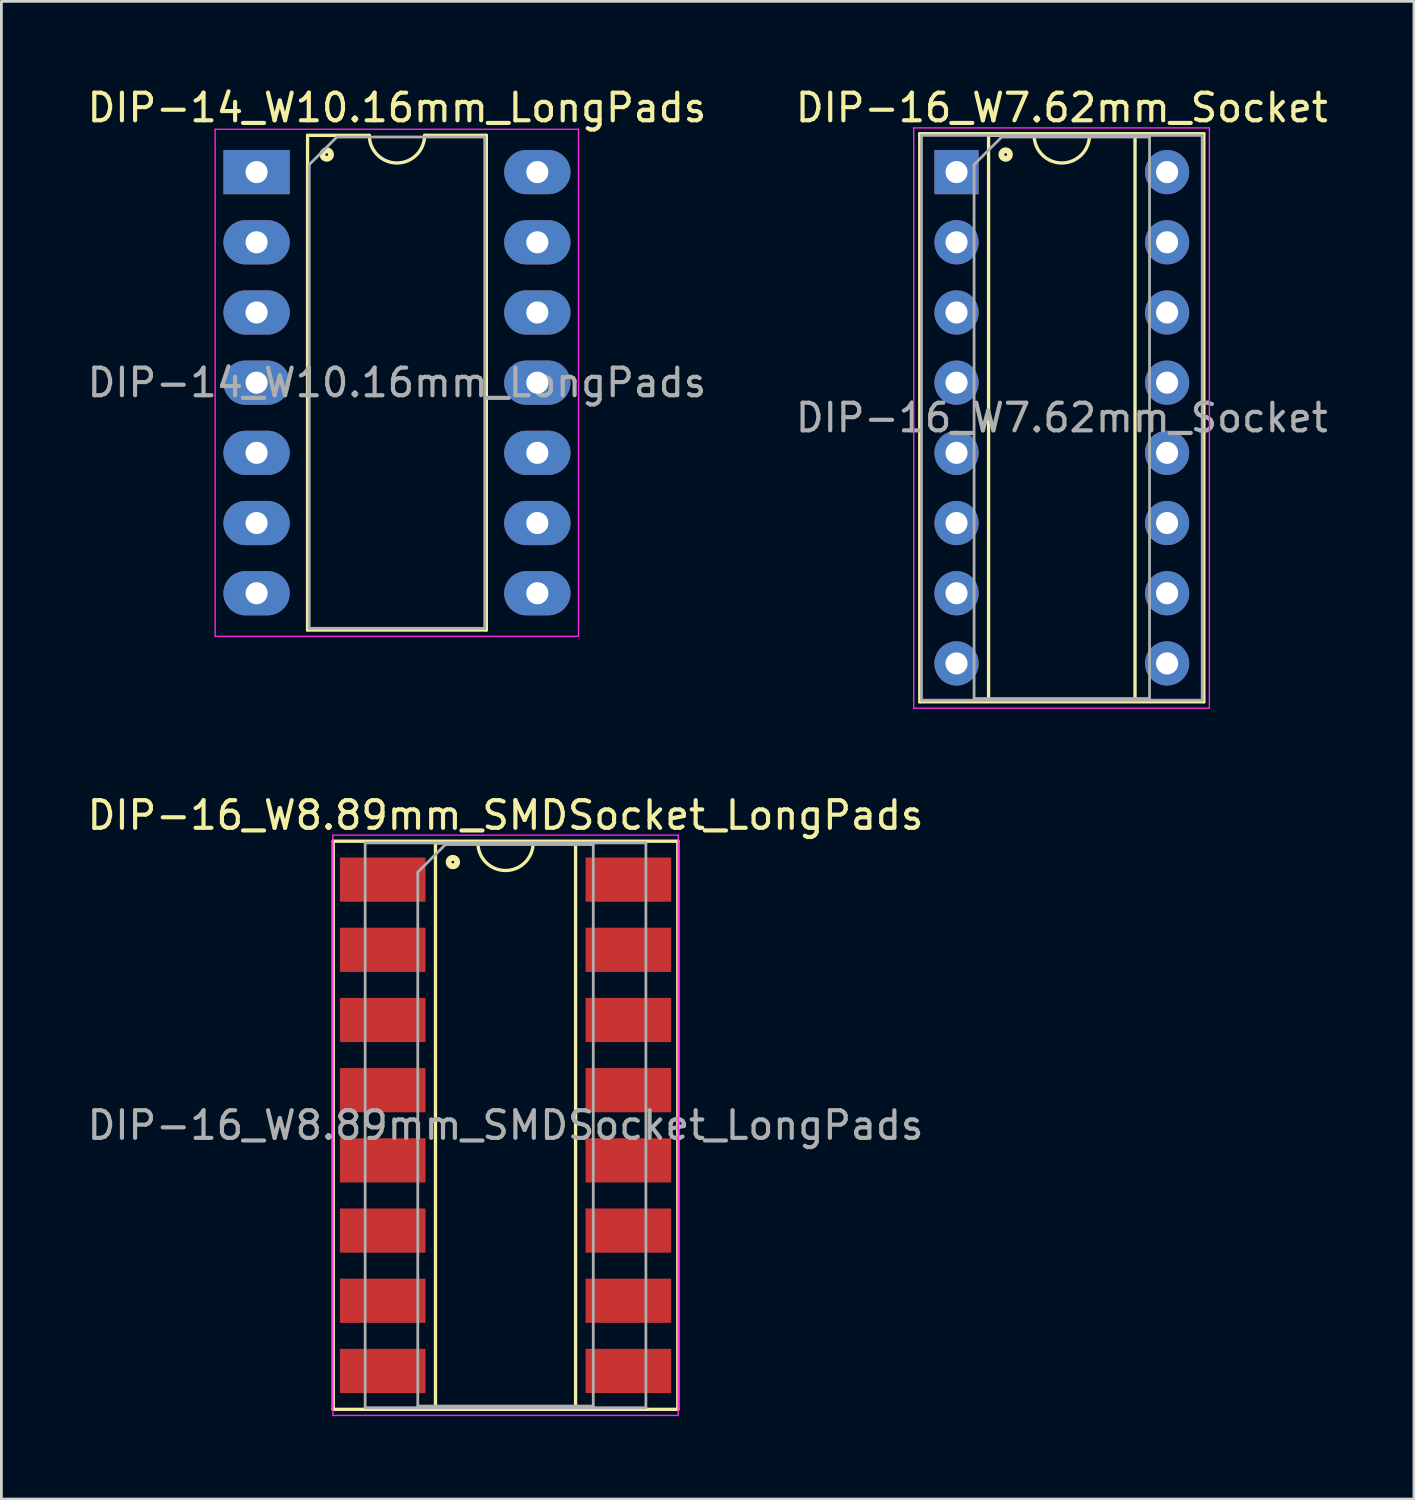
<source format=kicad_pcb>
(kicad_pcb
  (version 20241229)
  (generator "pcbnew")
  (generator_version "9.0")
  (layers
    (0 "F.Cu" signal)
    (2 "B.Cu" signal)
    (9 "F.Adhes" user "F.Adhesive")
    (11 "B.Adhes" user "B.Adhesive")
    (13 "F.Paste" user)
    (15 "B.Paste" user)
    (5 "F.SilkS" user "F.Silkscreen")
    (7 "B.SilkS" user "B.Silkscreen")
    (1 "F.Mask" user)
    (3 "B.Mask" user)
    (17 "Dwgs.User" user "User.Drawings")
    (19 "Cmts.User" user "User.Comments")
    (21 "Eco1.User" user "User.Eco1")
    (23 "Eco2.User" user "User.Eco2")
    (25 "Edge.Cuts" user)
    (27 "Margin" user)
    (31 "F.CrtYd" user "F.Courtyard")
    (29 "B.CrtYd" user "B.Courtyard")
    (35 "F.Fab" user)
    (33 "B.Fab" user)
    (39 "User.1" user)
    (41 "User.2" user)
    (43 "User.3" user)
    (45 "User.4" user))
  (footprint "DIP-16_W8.89mm_SMDSocket_LongPads"
    (layer "F.Cu")
    (at 15.244 37.672)
    (property "Reference" "DIP-16_W8.89mm_SMDSocket_LongPads" (at 0 -11.22 0) (layer "F.SilkS") (effects (font (size 1 1) (thickness 0.15))))
    (attr smd)
    (fp_line (start -6.235 -10.28) (end -6.235 10.28) (stroke (width 0.12) (type solid)) (layer "F.SilkS"))
    (fp_line (start -6.235 10.28) (end 6.235 10.28) (stroke (width 0.12) (type solid)) (layer "F.SilkS"))
    (fp_line (start -2.535 -10.22) (end -2.535 10.22) (stroke (width 0.12) (type solid)) (layer "F.SilkS"))
    (fp_line (start -2.535 10.22) (end 2.535 10.22) (stroke (width 0.12) (type solid)) (layer "F.SilkS"))
    (fp_line (start -1 -10.22) (end -2.535 -10.22) (stroke (width 0.12) (type solid)) (layer "F.SilkS"))
    (fp_line (start 2.535 -10.22) (end 1 -10.22) (stroke (width 0.12) (type solid)) (layer "F.SilkS"))
    (fp_line (start 2.535 10.22) (end 2.535 -10.22) (stroke (width 0.12) (type solid)) (layer "F.SilkS"))
    (fp_line (start 6.235 -10.28) (end -6.235 -10.28) (stroke (width 0.12) (type solid)) (layer "F.SilkS"))
    (fp_line (start 6.235 10.28) (end 6.235 -10.28) (stroke (width 0.12) (type solid)) (layer "F.SilkS"))
    (fp_arc (start 1 -10.22) (mid 0 -9.22) (end -1 -10.22) (stroke (width 0.12) (type solid)) (layer "F.SilkS"))
    (fp_circle (center -1.905 -9.525) (end -1.855 -9.525) (stroke (width 0.12) (type solid)) (fill no) (layer "F.SilkS"))
    (fp_circle (center -1.905 -9.525) (end -1.78 -9.525) (stroke (width 0.12) (type solid)) (fill no) (layer "F.SilkS"))
    (fp_circle (center -1.905 -9.525) (end -1.705 -9.525) (stroke (width 0.12) (type solid)) (fill no) (layer "F.SilkS"))
    (fp_line (start -6.25 -10.5) (end -6.25 10.5) (stroke (width 0.05) (type solid)) (layer "F.CrtYd"))
    (fp_line (start -6.25 10.5) (end 6.25 10.5) (stroke (width 0.05) (type solid)) (layer "F.CrtYd"))
    (fp_line (start 6.25 -10.5) (end -6.25 -10.5) (stroke (width 0.05) (type solid)) (layer "F.CrtYd"))
    (fp_line (start 6.25 10.5) (end 6.25 -10.5) (stroke (width 0.05) (type solid)) (layer "F.CrtYd"))
    (fp_line (start -5.08 -10.22) (end -5.08 10.22) (stroke (width 0.1) (type solid)) (layer "F.Fab"))
    (fp_line (start -5.08 10.22) (end 5.08 10.22) (stroke (width 0.1) (type solid)) (layer "F.Fab"))
    (fp_line (start -3.175 -9.16) (end -2.175 -10.16) (stroke (width 0.1) (type solid)) (layer "F.Fab"))
    (fp_line (start -3.175 10.16) (end -3.175 -9.16) (stroke (width 0.1) (type solid)) (layer "F.Fab"))
    (fp_line (start -2.175 -10.16) (end 3.175 -10.16) (stroke (width 0.1) (type solid)) (layer "F.Fab"))
    (fp_line (start 3.175 -10.16) (end 3.175 10.16) (stroke (width 0.1) (type solid)) (layer "F.Fab"))
    (fp_line (start 3.175 10.16) (end -3.175 10.16) (stroke (width 0.1) (type solid)) (layer "F.Fab"))
    (fp_line (start 5.08 -10.22) (end -5.08 -10.22) (stroke (width 0.1) (type solid)) (layer "F.Fab"))
    (fp_line (start 5.08 10.22) (end 5.08 -10.22) (stroke (width 0.1) (type solid)) (layer "F.Fab"))
    (fp_text user "${REFERENCE}" (at 0 0 0) (layer "F.Fab") (effects (font (size 1 1) (thickness 0.15))))
    (pad "1" smd rect (at -4.445 -8.89) (size 3.1 1.6) (layers "F.Cu" "F.Mask" "F.Paste"))
    (pad "2" smd rect (at -4.445 -6.35) (size 3.1 1.6) (layers "F.Cu" "F.Mask" "F.Paste"))
    (pad "3" smd rect (at -4.445 -3.81) (size 3.1 1.6) (layers "F.Cu" "F.Mask" "F.Paste"))
    (pad "4" smd rect (at -4.445 -1.27) (size 3.1 1.6) (layers "F.Cu" "F.Mask" "F.Paste"))
    (pad "5" smd rect (at -4.445 1.27) (size 3.1 1.6) (layers "F.Cu" "F.Mask" "F.Paste"))
    (pad "6" smd rect (at -4.445 3.81) (size 3.1 1.6) (layers "F.Cu" "F.Mask" "F.Paste"))
    (pad "7" smd rect (at -4.445 6.35) (size 3.1 1.6) (layers "F.Cu" "F.Mask" "F.Paste"))
    (pad "8" smd rect (at -4.445 8.89) (size 3.1 1.6) (layers "F.Cu" "F.Mask" "F.Paste"))
    (pad "9" smd rect (at 4.445 8.89) (size 3.1 1.6) (layers "F.Cu" "F.Mask" "F.Paste"))
    (pad "10" smd rect (at 4.445 6.35) (size 3.1 1.6) (layers "F.Cu" "F.Mask" "F.Paste"))
    (pad "11" smd rect (at 4.445 3.81) (size 3.1 1.6) (layers "F.Cu" "F.Mask" "F.Paste"))
    (pad "12" smd rect (at 4.445 1.27) (size 3.1 1.6) (layers "F.Cu" "F.Mask" "F.Paste"))
    (pad "13" smd rect (at 4.445 -1.27) (size 3.1 1.6) (layers "F.Cu" "F.Mask" "F.Paste"))
    (pad "14" smd rect (at 4.445 -3.81) (size 3.1 1.6) (layers "F.Cu" "F.Mask" "F.Paste"))
    (pad "15" smd rect (at 4.445 -6.35) (size 3.1 1.6) (layers "F.Cu" "F.Mask" "F.Paste"))
    (pad "16" smd rect (at 4.445 -8.89) (size 3.1 1.6) (layers "F.Cu" "F.Mask" "F.Paste")))
  (footprint "DIP-16_W7.62mm_Socket"
    (layer "F.Cu")
    (at 31.565 3.178)
    (property "Reference" "DIP-16_W7.62mm_Socket" (at 3.81 -2.33 0) (layer "F.SilkS") (effects (font (size 1 1) (thickness 0.15))))
    (attr through_hole)
    (fp_line (start -1.33 -1.39) (end -1.33 19.17) (stroke (width 0.12) (type solid)) (layer "F.SilkS"))
    (fp_line (start -1.33 19.17) (end 8.95 19.17) (stroke (width 0.12) (type solid)) (layer "F.SilkS"))
    (fp_line (start 1.16 -1.33) (end 1.16 19.11) (stroke (width 0.12) (type solid)) (layer "F.SilkS"))
    (fp_line (start 1.16 19.11) (end 6.46 19.11) (stroke (width 0.12) (type solid)) (layer "F.SilkS"))
    (fp_line (start 2.81 -1.33) (end 1.16 -1.33) (stroke (width 0.12) (type solid)) (layer "F.SilkS"))
    (fp_line (start 6.46 -1.33) (end 4.81 -1.33) (stroke (width 0.12) (type solid)) (layer "F.SilkS"))
    (fp_line (start 6.46 19.11) (end 6.46 -1.33) (stroke (width 0.12) (type solid)) (layer "F.SilkS"))
    (fp_line (start 8.95 -1.39) (end -1.33 -1.39) (stroke (width 0.12) (type solid)) (layer "F.SilkS"))
    (fp_line (start 8.95 19.17) (end 8.95 -1.39) (stroke (width 0.12) (type solid)) (layer "F.SilkS"))
    (fp_arc (start 4.81 -1.33) (mid 3.81 -0.33) (end 2.81 -1.33) (stroke (width 0.12) (type solid)) (layer "F.SilkS"))
    (fp_circle (center 1.778 -0.635) (end 1.828 -0.635) (stroke (width 0.12) (type solid)) (fill no) (layer "F.SilkS"))
    (fp_circle (center 1.778 -0.635) (end 1.903 -0.635) (stroke (width 0.12) (type solid)) (fill no) (layer "F.SilkS"))
    (fp_circle (center 1.778 -0.635) (end 1.978 -0.635) (stroke (width 0.12) (type solid)) (fill no) (layer "F.SilkS"))
    (fp_line (start -1.55 -1.6) (end -1.55 19.4) (stroke (width 0.05) (type solid)) (layer "F.CrtYd"))
    (fp_line (start -1.55 19.4) (end 9.15 19.4) (stroke (width 0.05) (type solid)) (layer "F.CrtYd"))
    (fp_line (start 9.15 -1.6) (end -1.55 -1.6) (stroke (width 0.05) (type solid)) (layer "F.CrtYd"))
    (fp_line (start 9.15 19.4) (end 9.15 -1.6) (stroke (width 0.05) (type solid)) (layer "F.CrtYd"))
    (fp_line (start -1.27 -1.33) (end -1.27 19.11) (stroke (width 0.1) (type solid)) (layer "F.Fab"))
    (fp_line (start -1.27 19.11) (end 8.89 19.11) (stroke (width 0.1) (type solid)) (layer "F.Fab"))
    (fp_line (start 0.635 -0.27) (end 1.635 -1.27) (stroke (width 0.1) (type solid)) (layer "F.Fab"))
    (fp_line (start 0.635 19.05) (end 0.635 -0.27) (stroke (width 0.1) (type solid)) (layer "F.Fab"))
    (fp_line (start 1.635 -1.27) (end 6.985 -1.27) (stroke (width 0.1) (type solid)) (layer "F.Fab"))
    (fp_line (start 6.985 -1.27) (end 6.985 19.05) (stroke (width 0.1) (type solid)) (layer "F.Fab"))
    (fp_line (start 6.985 19.05) (end 0.635 19.05) (stroke (width 0.1) (type solid)) (layer "F.Fab"))
    (fp_line (start 8.89 -1.33) (end -1.27 -1.33) (stroke (width 0.1) (type solid)) (layer "F.Fab"))
    (fp_line (start 8.89 19.11) (end 8.89 -1.33) (stroke (width 0.1) (type solid)) (layer "F.Fab"))
    (fp_text user "${REFERENCE}" (at 3.81 8.89 0) (layer "F.Fab") (effects (font (size 1 1) (thickness 0.15))))
    (pad "1" thru_hole rect (at 0 0) (size 1.6 1.6) (drill 0.8) (layers "*.Cu" "*.Mask"))
    (pad "2" thru_hole oval (at 0 2.54) (size 1.6 1.6) (drill 0.8) (layers "*.Cu" "*.Mask"))
    (pad "3" thru_hole oval (at 0 5.08) (size 1.6 1.6) (drill 0.8) (layers "*.Cu" "*.Mask"))
    (pad "4" thru_hole oval (at 0 7.62) (size 1.6 1.6) (drill 0.8) (layers "*.Cu" "*.Mask"))
    (pad "5" thru_hole oval (at 0 10.16) (size 1.6 1.6) (drill 0.8) (layers "*.Cu" "*.Mask"))
    (pad "6" thru_hole oval (at 0 12.7) (size 1.6 1.6) (drill 0.8) (layers "*.Cu" "*.Mask"))
    (pad "7" thru_hole oval (at 0 15.24) (size 1.6 1.6) (drill 0.8) (layers "*.Cu" "*.Mask"))
    (pad "8" thru_hole oval (at 0 17.78) (size 1.6 1.6) (drill 0.8) (layers "*.Cu" "*.Mask"))
    (pad "9" thru_hole oval (at 7.62 17.78) (size 1.6 1.6) (drill 0.8) (layers "*.Cu" "*.Mask"))
    (pad "10" thru_hole oval (at 7.62 15.24) (size 1.6 1.6) (drill 0.8) (layers "*.Cu" "*.Mask"))
    (pad "11" thru_hole oval (at 7.62 12.7) (size 1.6 1.6) (drill 0.8) (layers "*.Cu" "*.Mask"))
    (pad "12" thru_hole oval (at 7.62 10.16) (size 1.6 1.6) (drill 0.8) (layers "*.Cu" "*.Mask"))
    (pad "13" thru_hole oval (at 7.62 7.62) (size 1.6 1.6) (drill 0.8) (layers "*.Cu" "*.Mask"))
    (pad "14" thru_hole oval (at 7.62 5.08) (size 1.6 1.6) (drill 0.8) (layers "*.Cu" "*.Mask"))
    (pad "15" thru_hole oval (at 7.62 2.54) (size 1.6 1.6) (drill 0.8) (layers "*.Cu" "*.Mask"))
    (pad "16" thru_hole oval (at 7.62 0) (size 1.6 1.6) (drill 0.8) (layers "*.Cu" "*.Mask")))
  (footprint "DIP-14_W10.16mm_LongPads"
    (layer "F.Cu")
    (at 6.235 3.178)
    (property "Reference" "DIP-14_W10.16mm_LongPads" (at 5.08 -2.33 0) (layer "F.SilkS") (effects (font (size 1 1) (thickness 0.15))))
    (attr through_hole)
    (fp_line (start 1.845 -1.33) (end 1.845 16.57) (stroke (width 0.12) (type solid)) (layer "F.SilkS"))
    (fp_line (start 1.845 16.57) (end 8.315 16.57) (stroke (width 0.12) (type solid)) (layer "F.SilkS"))
    (fp_line (start 4.08 -1.33) (end 1.845 -1.33) (stroke (width 0.12) (type solid)) (layer "F.SilkS"))
    (fp_line (start 8.315 -1.33) (end 6.08 -1.33) (stroke (width 0.12) (type solid)) (layer "F.SilkS"))
    (fp_line (start 8.315 16.57) (end 8.315 -1.33) (stroke (width 0.12) (type solid)) (layer "F.SilkS"))
    (fp_arc (start 6.08 -1.33) (mid 5.08 -0.33) (end 4.08 -1.33) (stroke (width 0.12) (type solid)) (layer "F.SilkS"))
    (fp_circle (center 2.54 -0.635) (end 2.59 -0.635) (stroke (width 0.12) (type solid)) (fill no) (layer "F.SilkS"))
    (fp_circle (center 2.54 -0.635) (end 2.665 -0.635) (stroke (width 0.12) (type solid)) (fill no) (layer "F.SilkS"))
    (fp_circle (center 2.54 -0.635) (end 2.74 -0.635) (stroke (width 0.12) (type solid)) (fill no) (layer "F.SilkS"))
    (fp_line (start -1.5 -1.55) (end -1.5 16.8) (stroke (width 0.05) (type solid)) (layer "F.CrtYd"))
    (fp_line (start -1.5 16.8) (end 11.65 16.8) (stroke (width 0.05) (type solid)) (layer "F.CrtYd"))
    (fp_line (start 11.65 -1.55) (end -1.5 -1.55) (stroke (width 0.05) (type solid)) (layer "F.CrtYd"))
    (fp_line (start 11.65 16.8) (end 11.65 -1.55) (stroke (width 0.05) (type solid)) (layer "F.CrtYd"))
    (fp_line (start 1.905 -0.27) (end 2.905 -1.27) (stroke (width 0.1) (type solid)) (layer "F.Fab"))
    (fp_line (start 1.905 16.51) (end 1.905 -0.27) (stroke (width 0.1) (type solid)) (layer "F.Fab"))
    (fp_line (start 2.905 -1.27) (end 8.255 -1.27) (stroke (width 0.1) (type solid)) (layer "F.Fab"))
    (fp_line (start 8.255 -1.27) (end 8.255 16.51) (stroke (width 0.1) (type solid)) (layer "F.Fab"))
    (fp_line (start 8.255 16.51) (end 1.905 16.51) (stroke (width 0.1) (type solid)) (layer "F.Fab"))
    (fp_text user "${REFERENCE}" (at 5.08 7.62 0) (layer "F.Fab") (effects (font (size 1 1) (thickness 0.15))))
    (pad "1" thru_hole rect (at 0 0) (size 2.4 1.6) (drill 0.8) (layers "*.Cu" "*.Mask"))
    (pad "2" thru_hole oval (at 0 2.54) (size 2.4 1.6) (drill 0.8) (layers "*.Cu" "*.Mask"))
    (pad "3" thru_hole oval (at 0 5.08) (size 2.4 1.6) (drill 0.8) (layers "*.Cu" "*.Mask"))
    (pad "4" thru_hole oval (at 0 7.62) (size 2.4 1.6) (drill 0.8) (layers "*.Cu" "*.Mask"))
    (pad "5" thru_hole oval (at 0 10.16) (size 2.4 1.6) (drill 0.8) (layers "*.Cu" "*.Mask"))
    (pad "6" thru_hole oval (at 0 12.7) (size 2.4 1.6) (drill 0.8) (layers "*.Cu" "*.Mask"))
    (pad "7" thru_hole oval (at 0 15.24) (size 2.4 1.6) (drill 0.8) (layers "*.Cu" "*.Mask"))
    (pad "8" thru_hole oval (at 10.16 15.24) (size 2.4 1.6) (drill 0.8) (layers "*.Cu" "*.Mask"))
    (pad "9" thru_hole oval (at 10.16 12.7) (size 2.4 1.6) (drill 0.8) (layers "*.Cu" "*.Mask"))
    (pad "10" thru_hole oval (at 10.16 10.16) (size 2.4 1.6) (drill 0.8) (layers "*.Cu" "*.Mask"))
    (pad "11" thru_hole oval (at 10.16 7.62) (size 2.4 1.6) (drill 0.8) (layers "*.Cu" "*.Mask"))
    (pad "12" thru_hole oval (at 10.16 5.08) (size 2.4 1.6) (drill 0.8) (layers "*.Cu" "*.Mask"))
    (pad "13" thru_hole oval (at 10.16 2.54) (size 2.4 1.6) (drill 0.8) (layers "*.Cu" "*.Mask"))
    (pad "14" thru_hole oval (at 10.16 0) (size 2.4 1.6) (drill 0.8) (layers "*.Cu" "*.Mask")))
  (gr_rect
    (start -3 -3)
    (end 48.119 51.197)
    (stroke (width 0.1) (type default))
    (fill no)
    (layer "Edge.Cuts")))
</source>
